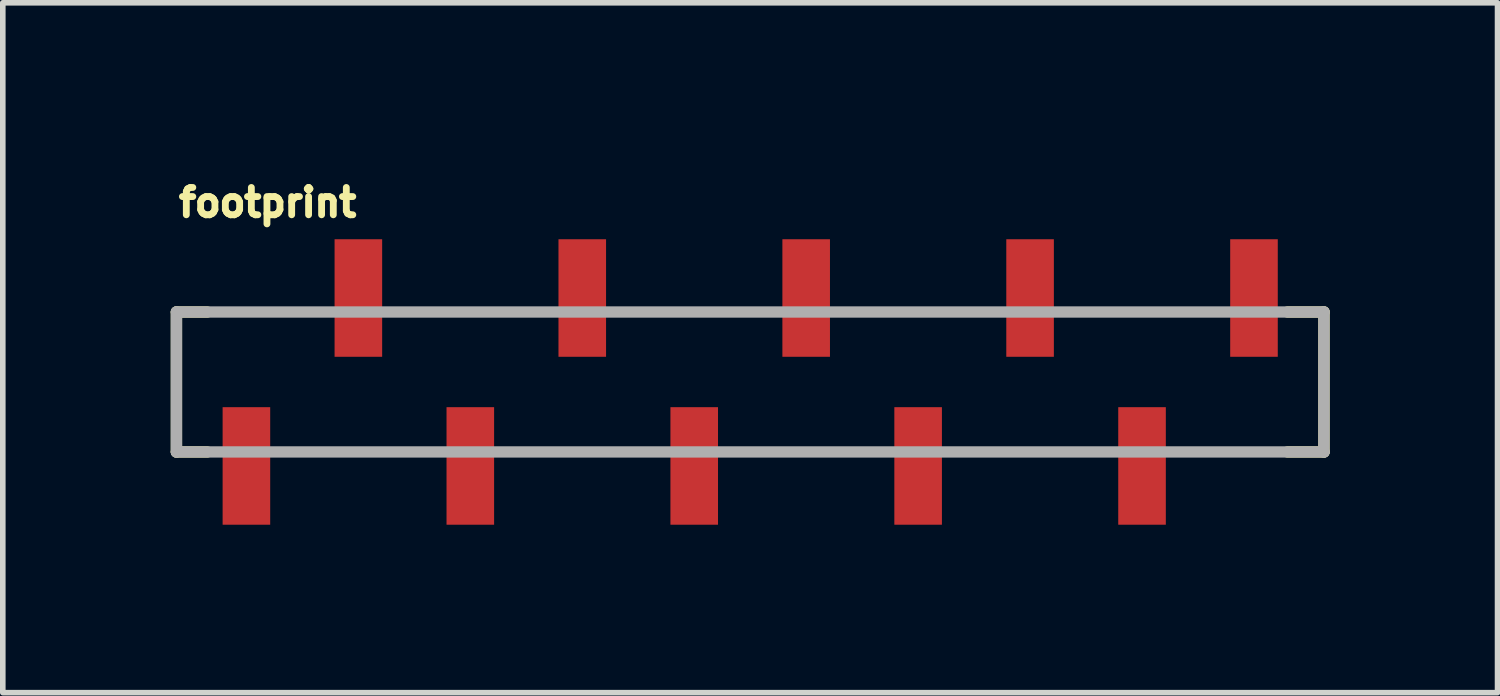
<source format=kicad_pcb>
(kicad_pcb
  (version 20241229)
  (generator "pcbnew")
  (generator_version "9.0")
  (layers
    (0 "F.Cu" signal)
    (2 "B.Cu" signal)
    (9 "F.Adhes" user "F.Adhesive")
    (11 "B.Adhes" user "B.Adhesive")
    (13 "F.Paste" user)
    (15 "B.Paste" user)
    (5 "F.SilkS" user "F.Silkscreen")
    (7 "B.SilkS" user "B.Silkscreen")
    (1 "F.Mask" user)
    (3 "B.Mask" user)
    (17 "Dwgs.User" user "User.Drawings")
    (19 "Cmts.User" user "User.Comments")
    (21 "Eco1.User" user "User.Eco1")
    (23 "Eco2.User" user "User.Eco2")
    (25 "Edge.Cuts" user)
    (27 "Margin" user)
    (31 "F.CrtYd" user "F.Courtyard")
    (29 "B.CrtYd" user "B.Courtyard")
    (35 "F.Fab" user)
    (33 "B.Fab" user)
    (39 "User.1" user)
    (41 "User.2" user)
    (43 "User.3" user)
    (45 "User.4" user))
  (footprint "footprint"
    (layer "F.Cu")
    (at 1.352 3.774)
    (property "Reference" "footprint" (at -1.27 -2.921 0) (layer "F.SilkS") (effects (font (size 0.488 0.488) (thickness 0.122)) (justify left bottom)))
    (fp_line (start -1.25 -1.25) (end -1.25 1.25) (stroke (width 0.203) (type solid)) (layer "F.SilkS"))
    (fp_line (start -1.25 -1.25) (end -0.7 -1.25) (stroke (width 0.203) (type solid)) (layer "F.SilkS"))
    (fp_line (start -1.25 1.25) (end -0.7 1.25) (stroke (width 0.203) (type solid)) (layer "F.SilkS"))
    (fp_line (start 18.6 1.25) (end 19.25 1.25) (stroke (width 0.203) (type solid)) (layer "F.SilkS"))
    (fp_line (start 19.25 -1.25) (end 18.6 -1.25) (stroke (width 0.203) (type solid)) (layer "F.SilkS"))
    (fp_line (start 19.25 1.25) (end 19.25 -1.25) (stroke (width 0.203) (type solid)) (layer "F.SilkS"))
    (fp_line (start -1.25 -1.25) (end -1.25 1.25) (stroke (width 0.203) (type solid)) (layer "F.Fab"))
    (fp_line (start -1.25 -1.25) (end 19.25 -1.25) (stroke (width 0.203) (type solid)) (layer "F.Fab"))
    (fp_line (start 19.25 -1.25) (end 19.25 1.25) (stroke (width 0.203) (type solid)) (layer "F.Fab"))
    (fp_line (start 19.25 1.25) (end -1.25 1.25) (stroke (width 0.203) (type solid)) (layer "F.Fab"))
    (pad "1" smd rect (at 0 1.5) (size 0.85 2.1) (layers "F.Cu" "F.Mask" "F.Paste"))
    (pad "2" smd rect (at 2 -1.5) (size 0.85 2.1) (layers "F.Cu" "F.Mask" "F.Paste"))
    (pad "3" smd rect (at 4 1.5) (size 0.85 2.1) (layers "F.Cu" "F.Mask" "F.Paste"))
    (pad "4" smd rect (at 6 -1.5) (size 0.85 2.1) (layers "F.Cu" "F.Mask" "F.Paste"))
    (pad "5" smd rect (at 8 1.5) (size 0.85 2.1) (layers "F.Cu" "F.Mask" "F.Paste"))
    (pad "6" smd rect (at 10 -1.5) (size 0.85 2.1) (layers "F.Cu" "F.Mask" "F.Paste"))
    (pad "7" smd rect (at 12 1.5) (size 0.85 2.1) (layers "F.Cu" "F.Mask" "F.Paste"))
    (pad "8" smd rect (at 14 -1.5) (size 0.85 2.1) (layers "F.Cu" "F.Mask" "F.Paste"))
    (pad "9" smd rect (at 16 1.5) (size 0.85 2.1) (layers "F.Cu" "F.Mask" "F.Paste"))
    (pad "10" smd rect (at 18 -1.5) (size 0.85 2.1) (layers "F.Cu" "F.Mask" "F.Paste")))
  (gr_rect
    (start -3 -3)
    (end 23.703 9.324)
    (stroke (width 0.1) (type default))
    (fill no)
    (layer "Edge.Cuts")))
</source>
